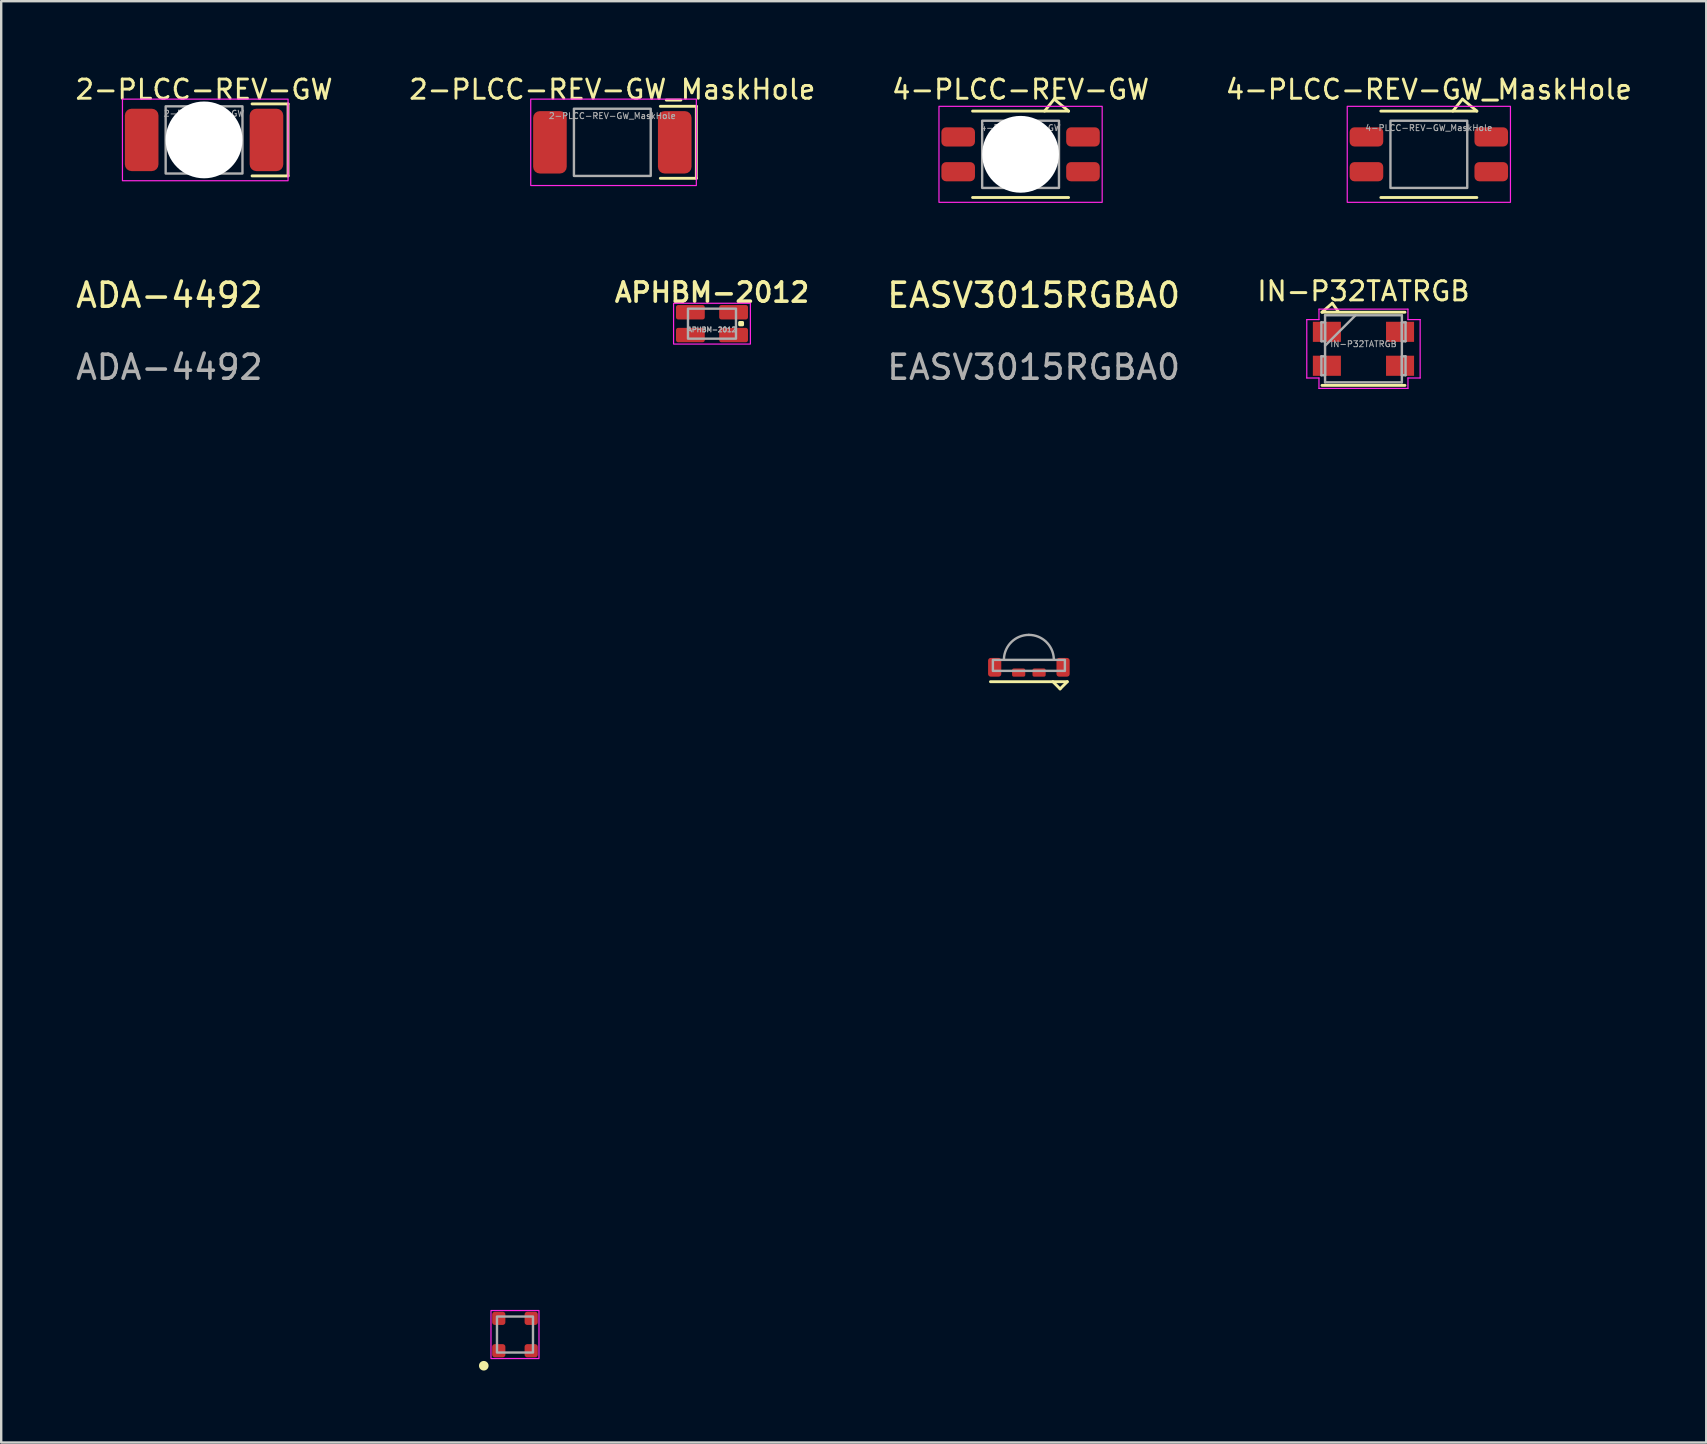
<source format=kicad_pcb>
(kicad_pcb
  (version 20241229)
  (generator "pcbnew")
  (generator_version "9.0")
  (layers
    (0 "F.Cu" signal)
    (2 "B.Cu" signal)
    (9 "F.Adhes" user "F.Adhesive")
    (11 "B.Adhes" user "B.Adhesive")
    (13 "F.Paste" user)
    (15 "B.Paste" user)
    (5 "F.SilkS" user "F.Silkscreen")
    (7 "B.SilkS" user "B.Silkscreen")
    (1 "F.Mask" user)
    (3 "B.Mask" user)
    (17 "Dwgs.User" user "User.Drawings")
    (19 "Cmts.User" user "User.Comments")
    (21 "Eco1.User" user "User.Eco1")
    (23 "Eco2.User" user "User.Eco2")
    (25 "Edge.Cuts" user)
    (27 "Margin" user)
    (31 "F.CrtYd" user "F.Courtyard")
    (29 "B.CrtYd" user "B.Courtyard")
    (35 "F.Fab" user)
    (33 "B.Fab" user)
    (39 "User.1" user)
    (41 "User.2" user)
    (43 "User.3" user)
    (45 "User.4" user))
  (footprint "APHBM-2012"
    (layer "F.Cu")
    (at 26.614 10.435)
    (property "Reference" "APHBM-2012" (at 0 -1.3 0) (unlocked yes) (layer "F.SilkS") (effects (font (size 0.8 0.8) (thickness 0.15))))
    (attr smd)
    (fp_rect (start 1.15 -0.05) (end 1.275 0.05) (stroke (width 0.12) (type default)) (fill no) (layer "F.SilkS"))
    (fp_rect (start -1.25 -0.725) (end -0.85 -0.425) (stroke (width 0.1) (type solid)) (fill yes) (layer "F.Paste"))
    (fp_rect (start -1.25 0.425) (end -0.85 0.725) (stroke (width 0.1) (type solid)) (fill yes) (layer "F.Paste"))
    (fp_rect (start 0.85 -0.725) (end 1.25 -0.425) (stroke (width 0.1) (type solid)) (fill yes) (layer "F.Paste"))
    (fp_rect (start 0.85 0.425) (end 1.25 0.725) (stroke (width 0.1) (type solid)) (fill yes) (layer "F.Paste"))
    (fp_rect (start -1.6 -0.85) (end 1.6 0.85) (stroke (width 0.05) (type default)) (fill no) (layer "F.CrtYd"))
    (fp_rect (start -1 0.625) (end 1 -0.625) (stroke (width 0.1) (type default)) (fill no) (layer "F.Fab"))
    (fp_text user "${REFERENCE}" (at 0 0.25 0) (unlocked yes) (layer "F.Fab") (effects (font (size 0.2 0.2) (thickness 0.05))))
    (pad "1" smd roundrect (at -0.9 -0.475) (size 1.2 0.6) (layers "F.Cu" "F.Mask") (roundrect_rratio 0.15))
    (pad "2" smd roundrect (at 0.9 -0.475) (size 1.2 0.6) (layers "F.Cu" "F.Mask") (roundrect_rratio 0.15))
    (pad "3" smd roundrect (at 0.9 0.475) (size 1.2 0.6) (layers "F.Cu" "F.Mask") (roundrect_rratio 0.15))
    (pad "4" smd roundrect (at -0.9 0.475) (size 1.2 0.6) (layers "F.Cu" "F.Mask") (roundrect_rratio 0.15)))
  (footprint "2-PLCC-REV-GW"
    (layer "F.Cu")
    (at 5.452 2.779)
    (property "Reference" "2-PLCC-REV-GW" (at 0 -2.1 0) (unlocked yes) (layer "F.SilkS") (effects (font (size 0.8 0.8) (thickness 0.12))))
    (attr smd)
    (fp_line (start 2 -1.5) (end 3.5 -1.5) (stroke (width 0.12) (type default)) (layer "F.SilkS"))
    (fp_line (start 3.5 -1.5) (end 3.5 1.5) (stroke (width 0.12) (type default)) (layer "F.SilkS"))
    (fp_line (start 3.5 1.5) (end 2 1.5) (stroke (width 0.12) (type default)) (layer "F.SilkS"))
    (fp_rect (start -3.4 -1.7) (end 3.5 1.7) (stroke (width 0.05) (type default)) (fill no) (layer "F.CrtYd"))
    (fp_rect (start -1.6 -1.4) (end 1.6 1.4) (stroke (width 0.1) (type default)) (fill no) (layer "F.Fab"))
    (fp_text user "${REFERENCE}" (at 0 -1.1 0) (unlocked yes) (layer "F.Fab") (effects (font (size 0.25 0.25) (thickness 0.04))))
    (pad "" np_thru_hole circle (at 0 0) (size 3.2 3.2) (drill 3.2) (layers "*.Cu" "*.Mask"))
    (pad "1" smd roundrect (at -2.6 0) (size 1.4 2.6) (layers "F.Cu" "F.Mask" "F.Paste") (roundrect_rratio 0.2))
    (pad "2" smd roundrect (at 2.6 0) (size 1.4 2.6) (layers "F.Cu" "F.Mask" "F.Paste") (roundrect_rratio 0.2)))
  (footprint "IN-P32TATRGB"
    (layer "F.Cu")
    (at 53.757 11.482)
    (property "Reference" "IN-P32TATRGB" (at 0 -2.4 0) (layer "F.SilkS") (effects (font (size 0.8 0.8) (thickness 0.12))))
    (attr through_hole)
    (fp_line (start -1.727 -1.524) (end -1.3 -1.9) (stroke (width 0.12) (type default)) (layer "F.SilkS"))
    (fp_line (start -1.727 1.524) (end 1.727 1.524) (stroke (width 0.12) (type solid)) (layer "F.SilkS"))
    (fp_line (start -1.3 -1.9) (end -1.05 -1.55) (stroke (width 0.12) (type default)) (layer "F.SilkS"))
    (fp_line (start 1.727 -1.524) (end -1.727 -1.524) (stroke (width 0.12) (type solid)) (layer "F.SilkS"))
    (fp_line (start -2.362 -1.216) (end -1.854 -1.216) (stroke (width 0.05) (type solid)) (layer "F.CrtYd"))
    (fp_line (start -2.362 1.216) (end -2.362 -1.216) (stroke (width 0.05) (type solid)) (layer "F.CrtYd"))
    (fp_line (start -2.362 1.216) (end -1.854 1.216) (stroke (width 0.05) (type solid)) (layer "F.CrtYd"))
    (fp_line (start -1.854 -1.651) (end 1.854 -1.651) (stroke (width 0.05) (type solid)) (layer "F.CrtYd"))
    (fp_line (start -1.854 -1.216) (end -1.854 -1.651) (stroke (width 0.05) (type solid)) (layer "F.CrtYd"))
    (fp_line (start -1.854 1.651) (end -1.854 1.216) (stroke (width 0.05) (type solid)) (layer "F.CrtYd"))
    (fp_line (start 1.854 -1.651) (end 1.854 -1.216) (stroke (width 0.05) (type solid)) (layer "F.CrtYd"))
    (fp_line (start 1.854 -1.216) (end 2.362 -1.216) (stroke (width 0.05) (type solid)) (layer "F.CrtYd"))
    (fp_line (start 1.854 1.216) (end 1.854 1.651) (stroke (width 0.05) (type solid)) (layer "F.CrtYd"))
    (fp_line (start 1.854 1.651) (end -1.854 1.651) (stroke (width 0.05) (type solid)) (layer "F.CrtYd"))
    (fp_line (start 2.362 -1.216) (end 2.362 1.216) (stroke (width 0.05) (type solid)) (layer "F.CrtYd"))
    (fp_line (start 2.362 1.216) (end 1.854 1.216) (stroke (width 0.05) (type solid)) (layer "F.CrtYd"))
    (fp_line (start -1.753 -1.101) (end -1.753 -0.314) (stroke (width 0.1) (type solid)) (layer "F.Fab"))
    (fp_line (start -1.753 -0.314) (end -1.6 -0.314) (stroke (width 0.1) (type solid)) (layer "F.Fab"))
    (fp_line (start -1.753 0.314) (end -1.753 1.101) (stroke (width 0.1) (type solid)) (layer "F.Fab"))
    (fp_line (start -1.753 1.101) (end -1.6 1.101) (stroke (width 0.1) (type solid)) (layer "F.Fab"))
    (fp_line (start -1.6 -1.397) (end -1.6 1.397) (stroke (width 0.1) (type solid)) (layer "F.Fab"))
    (fp_line (start -1.6 -1.101) (end -1.753 -1.101) (stroke (width 0.1) (type solid)) (layer "F.Fab"))
    (fp_line (start -1.6 -0.314) (end -1.6 -1.101) (stroke (width 0.1) (type solid)) (layer "F.Fab"))
    (fp_line (start -1.6 -0.127) (end -0.33 -1.397) (stroke (width 0.1) (type solid)) (layer "F.Fab"))
    (fp_line (start -1.6 0.314) (end -1.753 0.314) (stroke (width 0.1) (type solid)) (layer "F.Fab"))
    (fp_line (start -1.6 1.101) (end -1.6 0.314) (stroke (width 0.1) (type solid)) (layer "F.Fab"))
    (fp_line (start -1.6 1.397) (end 1.6 1.397) (stroke (width 0.1) (type solid)) (layer "F.Fab"))
    (fp_line (start 1.6 -1.397) (end -1.6 -1.397) (stroke (width 0.1) (type solid)) (layer "F.Fab"))
    (fp_line (start 1.6 -1.101) (end 1.6 -0.314) (stroke (width 0.1) (type solid)) (layer "F.Fab"))
    (fp_line (start 1.6 -0.314) (end 1.753 -0.314) (stroke (width 0.1) (type solid)) (layer "F.Fab"))
    (fp_line (start 1.6 0.314) (end 1.6 1.101) (stroke (width 0.1) (type solid)) (layer "F.Fab"))
    (fp_line (start 1.6 1.101) (end 1.753 1.101) (stroke (width 0.1) (type solid)) (layer "F.Fab"))
    (fp_line (start 1.6 1.397) (end 1.6 -1.397) (stroke (width 0.1) (type solid)) (layer "F.Fab"))
    (fp_line (start 1.753 -1.101) (end 1.6 -1.101) (stroke (width 0.1) (type solid)) (layer "F.Fab"))
    (fp_line (start 1.753 -0.314) (end 1.753 -1.101) (stroke (width 0.1) (type solid)) (layer "F.Fab"))
    (fp_line (start 1.753 0.314) (end 1.6 0.314) (stroke (width 0.1) (type solid)) (layer "F.Fab"))
    (fp_line (start 1.753 1.101) (end 1.753 0.314) (stroke (width 0.1) (type solid)) (layer "F.Fab"))
    (fp_text user "${REFERENCE}" (at 0 -0.2 0) (unlocked yes) (layer "F.Fab") (effects (font (size 0.25 0.25) (thickness 0.04))))
    (pad "1" smd rect (at -1.524 -0.707 90) (size 0.838 1.168) (layers "F.Cu" "F.Mask" "F.Paste"))
    (pad "2" smd rect (at -1.524 0.707 90) (size 0.838 1.168) (layers "F.Cu" "F.Mask" "F.Paste"))
    (pad "3" smd rect (at 1.524 0.707 90) (size 0.838 1.168) (layers "F.Cu" "F.Mask" "F.Paste"))
    (pad "4" smd rect (at 1.524 -0.707 90) (size 0.838 1.168) (layers "F.Cu" "F.Mask" "F.Paste")))
  (footprint "4-PLCC-REV-GW"
    (layer "F.Cu")
    (at 39.471 3.379)
    (property "Reference" "4-PLCC-REV-GW" (at 0 -2.7 0) (unlocked yes) (layer "F.SilkS") (effects (font (size 0.8 0.8) (thickness 0.12))))
    (attr smd)
    (fp_line (start -2 -1.8) (end 2 -1.8) (stroke (width 0.12) (type default)) (layer "F.SilkS"))
    (fp_line (start -2 1.8) (end 2 1.8) (stroke (width 0.12) (type default)) (layer "F.SilkS"))
    (fp_line (start 1.4 -2.3) (end 1 -1.8) (stroke (width 0.12) (type default)) (layer "F.SilkS"))
    (fp_line (start 2 -1.8) (end 1.4 -2.3) (stroke (width 0.12) (type default)) (layer "F.SilkS"))
    (fp_rect (start -3.4 -2) (end 3.4 2) (stroke (width 0.05) (type default)) (fill no) (layer "F.CrtYd"))
    (fp_rect (start -1.6 -1.4) (end 1.6 1.4) (stroke (width 0.1) (type default)) (fill no) (layer "F.Fab"))
    (fp_text user "${REFERENCE}" (at 0 -1.1 0) (unlocked yes) (layer "F.Fab") (effects (font (size 0.25 0.25) (thickness 0.04))))
    (pad "" np_thru_hole circle (at 0 0) (size 3.2 3.2) (drill 3.2) (layers "*.Cu" "*.Mask"))
    (pad "1" smd roundrect (at 2.6 -0.725) (size 1.4 0.8) (layers "F.Cu" "F.Mask" "F.Paste") (roundrect_rratio 0.25))
    (pad "2" smd roundrect (at -2.6 -0.725) (size 1.4 0.8) (layers "F.Cu" "F.Mask" "F.Paste") (roundrect_rratio 0.25))
    (pad "3" smd roundrect (at -2.6 0.725) (size 1.4 0.8) (layers "F.Cu" "F.Mask" "F.Paste") (roundrect_rratio 0.25))
    (pad "4" smd roundrect (at 2.6 0.725) (size 1.4 0.8) (layers "F.Cu" "F.Mask" "F.Paste") (roundrect_rratio 0.25)))
  (footprint "ADA-4492"
    (layer "F.Cu")
    (at 18.406 52.552)
    (property "Reference" "ADA-4492" (at -14.4 -43.3 0) (unlocked yes) (layer "F.SilkS") (effects (font (size 1 1) (thickness 0.15))))
    (attr smd)
    (fp_circle (center -1.3 1.3) (end -1.1 1.3) (stroke (width 0) (type solid)) (fill yes) (layer "F.SilkS"))
    (fp_rect (start -1 -1) (end 1 1) (stroke (width 0.05) (type default)) (fill no) (layer "F.CrtYd"))
    (fp_rect (start -0.75 -0.75) (end 0.75 0.75) (stroke (width 0.1) (type default)) (fill no) (layer "F.Fab"))
    (fp_text user "${REFERENCE}" (at -14.4 -40.3 0) (unlocked yes) (layer "F.Fab") (effects (font (size 1 1) (thickness 0.15))))
    (pad "1" smd roundrect (at -0.675 0.675) (size 0.55 0.55) (layers "F.Cu" "F.Mask" "F.Paste") (roundrect_rratio 0.2))
    (pad "2" smd roundrect (at 0.675 0.675) (size 0.55 0.55) (layers "F.Cu" "F.Mask" "F.Paste") (roundrect_rratio 0.2))
    (pad "3" smd roundrect (at 0.675 -0.675) (size 0.55 0.55) (layers "F.Cu" "F.Mask" "F.Paste") (roundrect_rratio 0.2))
    (pad "4" smd roundrect (at -0.675 -0.675) (size 0.55 0.55) (layers "F.Cu" "F.Mask" "F.Paste") (roundrect_rratio 0.2)))
  (footprint "EASV3015RGBA0"
    (layer "F.Cu")
    (at 39.817 24.752)
    (property "Reference" "EASV3015RGBA0" (at 0.2 -15.5 0) (unlocked yes) (layer "F.SilkS") (effects (font (size 1 1) (thickness 0.15))))
    (attr smd)
    (fp_line (start 1.3 0.9) (end 1 0.6) (stroke (width 0.12) (type default)) (layer "F.SilkS"))
    (fp_line (start 1.6 0.6) (end -1.6 0.6) (stroke (width 0.12) (type default)) (layer "F.SilkS"))
    (fp_line (start 1.6 0.6) (end 1.3 0.9) (stroke (width 0.12) (type default)) (layer "F.SilkS"))
    (fp_rect (start -1.5 -0.31) (end 1.5 0.15) (stroke (width 0.1) (type default)) (fill no) (layer "F.Fab"))
    (fp_arc (start -1.039169 -0.351567) (mid -0.720545 -1.059943) (end 0 -1.35) (stroke (width 0.1) (type default)) (layer "F.Fab"))
    (fp_arc (start 0 -1.35) (mid 0.720545 -1.059943) (end 1.039169 -0.351567) (stroke (width 0.1) (type default)) (layer "F.Fab"))
    (fp_text user "${REFERENCE}" (at 0.2 -12.5 0) (unlocked yes) (layer "F.Fab") (effects (font (size 1 1) (thickness 0.15))))
    (fp_text user "CHECK PART BEFOR COMMIT" (at 0 -0.2 0) (unlocked yes) (layer "User.9") (effects (font (size 0.25 0.25) (thickness 0.025))))
    (pad "1" smd roundrect (at 1.425 0) (size 0.55 0.78) (layers "F.Cu" "F.Mask" "F.Paste") (roundrect_rratio 0.2))
    (pad "2" smd roundrect (at 0.425 0.22) (size 0.55 0.34) (layers "F.Cu" "F.Mask" "F.Paste") (roundrect_rratio 0.2))
    (pad "3" smd roundrect (at -0.425 0.22) (size 0.55 0.34) (layers "F.Cu" "F.Mask" "F.Paste") (roundrect_rratio 0.2))
    (pad "4" smd roundrect (at -1.425 0) (size 0.55 0.78) (layers "F.Cu" "F.Mask" "F.Paste") (roundrect_rratio 0.2)))
  (footprint "2-PLCC-REV-GW_MaskHole"
    (layer "F.Cu")
    (at 22.462 2.879)
    (property "Reference" "2-PLCC-REV-GW_MaskHole" (at 0 -2.2 0) (unlocked yes) (layer "F.SilkS") (effects (font (size 0.8 0.8) (thickness 0.12))))
    (attr smd)
    (fp_circle (center 0 0) (end 1.4 0) (stroke (width 0) (type solid)) (fill yes) (layer "F.Mask"))
    (fp_line (start 2 -1.5) (end 3.5 -1.5) (stroke (width 0.12) (type default)) (layer "F.SilkS"))
    (fp_line (start 3.5 -1.5) (end 3.5 1.5) (stroke (width 0.12) (type default)) (layer "F.SilkS"))
    (fp_line (start 3.5 1.5) (end 2 1.5) (stroke (width 0.12) (type default)) (layer "F.SilkS"))
    (fp_rect (start -3.4 -1.8) (end 3.5 1.8) (stroke (width 0.05) (type default)) (fill no) (layer "F.CrtYd"))
    (fp_rect (start -1.6 -1.4) (end 1.6 1.4) (stroke (width 0.1) (type default)) (fill no) (layer "F.Fab"))
    (fp_text user "${REFERENCE}" (at 0 -1.1 0) (unlocked yes) (layer "F.Fab") (effects (font (size 0.25 0.25) (thickness 0.04))))
    (pad "1" smd roundrect (at -2.6 0) (size 1.4 2.6) (layers "F.Cu" "F.Mask" "F.Paste") (roundrect_rratio 0.2))
    (pad "2" smd roundrect (at 2.6 0) (size 1.4 2.6) (layers "F.Cu" "F.Mask" "F.Paste") (roundrect_rratio 0.2))
    (zone (net_name "") (layer "F.Cu") (hatch edge 0.5) (connect_pads) (min_thickness 0.25) (filled_areas_thickness no) (keepout (tracks not_allowed) (vias not_allowed) (pads not_allowed) (copperpour not_allowed) (footprints allowed)) (placement (enabled no)) (fill) (polygon (pts (xy 23.862 2.879) (xy 23.843 2.648) (xy 23.786 2.424) (xy 23.693 2.212) (xy 23.567 2.019) (xy 23.41 1.849) (xy 23.228 1.707) (xy 23.024 1.597) (xy 22.806 1.521) (xy 22.578 1.483) (xy 22.346 1.483) (xy 22.118 1.521) (xy 21.9 1.597) (xy 21.696 1.707) (xy 21.514 1.849) (xy 21.357 2.019) (xy 21.231 2.212) (xy 21.138 2.424) (xy 21.081 2.648) (xy 21.062 2.879) (xy 21.081 3.109) (xy 21.138 3.333) (xy 21.231 3.545) (xy 21.357 3.738) (xy 21.514 3.909) (xy 21.696 4.051) (xy 21.9 4.161) (xy 22.118 4.236) (xy 22.346 4.274) (xy 22.578 4.274) (xy 22.806 4.236) (xy 23.024 4.161) (xy 23.228 4.051) (xy 23.41 3.909) (xy 23.567 3.738) (xy 23.693 3.545) (xy 23.786 3.333) (xy 23.843 3.109)))))
  (footprint "4-PLCC-REV-GW_MaskHole"
    (layer "F.Cu")
    (at 56.481 3.379)
    (property "Reference" "4-PLCC-REV-GW_MaskHole" (at 0 -2.7 0) (unlocked yes) (layer "F.SilkS") (effects (font (size 0.8 0.8) (thickness 0.12))))
    (attr smd)
    (fp_circle (center 0 0) (end 1.4 0) (stroke (width 0) (type solid)) (fill yes) (layer "F.Mask"))
    (fp_line (start -2 -1.8) (end 2 -1.8) (stroke (width 0.12) (type default)) (layer "F.SilkS"))
    (fp_line (start -2 1.8) (end 2 1.8) (stroke (width 0.12) (type default)) (layer "F.SilkS"))
    (fp_line (start 1.4 -2.3) (end 1 -1.8) (stroke (width 0.12) (type default)) (layer "F.SilkS"))
    (fp_line (start 2 -1.8) (end 1.4 -2.3) (stroke (width 0.12) (type default)) (layer "F.SilkS"))
    (fp_rect (start -3.4 -2) (end 3.4 2) (stroke (width 0.05) (type default)) (fill no) (layer "F.CrtYd"))
    (fp_rect (start -1.6 -1.4) (end 1.6 1.4) (stroke (width 0.1) (type default)) (fill no) (layer "F.Fab"))
    (fp_text user "${REFERENCE}" (at 0 -1.1 0) (unlocked yes) (layer "F.Fab") (effects (font (size 0.25 0.25) (thickness 0.04))))
    (pad "1" smd roundrect (at 2.6 -0.725) (size 1.4 0.8) (layers "F.Cu" "F.Mask" "F.Paste") (roundrect_rratio 0.25))
    (pad "2" smd roundrect (at -2.6 -0.725) (size 1.4 0.8) (layers "F.Cu" "F.Mask" "F.Paste") (roundrect_rratio 0.25))
    (pad "3" smd roundrect (at -2.6 0.725) (size 1.4 0.8) (layers "F.Cu" "F.Mask" "F.Paste") (roundrect_rratio 0.25))
    (pad "4" smd roundrect (at 2.6 0.725) (size 1.4 0.8) (layers "F.Cu" "F.Mask" "F.Paste") (roundrect_rratio 0.25))
    (zone (net_name "") (layer "F.Cu") (hatch edge 0.5) (connect_pads) (min_thickness 0.25) (filled_areas_thickness no) (keepout (tracks not_allowed) (vias not_allowed) (pads not_allowed) (copperpour not_allowed) (footprints allowed)) (placement (enabled no)) (fill) (polygon (pts (xy 57.881 3.379) (xy 57.862 3.148) (xy 57.805 2.924) (xy 57.712 2.712) (xy 57.586 2.519) (xy 57.429 2.349) (xy 57.247 2.207) (xy 57.043 2.097) (xy 56.825 2.021) (xy 56.597 1.983) (xy 56.365 1.983) (xy 56.137 2.021) (xy 55.919 2.097) (xy 55.715 2.207) (xy 55.533 2.349) (xy 55.376 2.519) (xy 55.25 2.712) (xy 55.157 2.924) (xy 55.1 3.148) (xy 55.081 3.379) (xy 55.1 3.609) (xy 55.157 3.833) (xy 55.25 4.045) (xy 55.376 4.238) (xy 55.533 4.409) (xy 55.715 4.551) (xy 55.919 4.661) (xy 56.137 4.736) (xy 56.365 4.774) (xy 56.597 4.774) (xy 56.825 4.736) (xy 57.043 4.661) (xy 57.247 4.551) (xy 57.429 4.409) (xy 57.586 4.238) (xy 57.712 4.045) (xy 57.805 3.833) (xy 57.862 3.609)))))
  (gr_rect
    (start -3 -3)
    (end 68.038 57.052)
    (stroke (width 0.1) (type default))
    (fill no)
    (layer "Edge.Cuts")))
</source>
